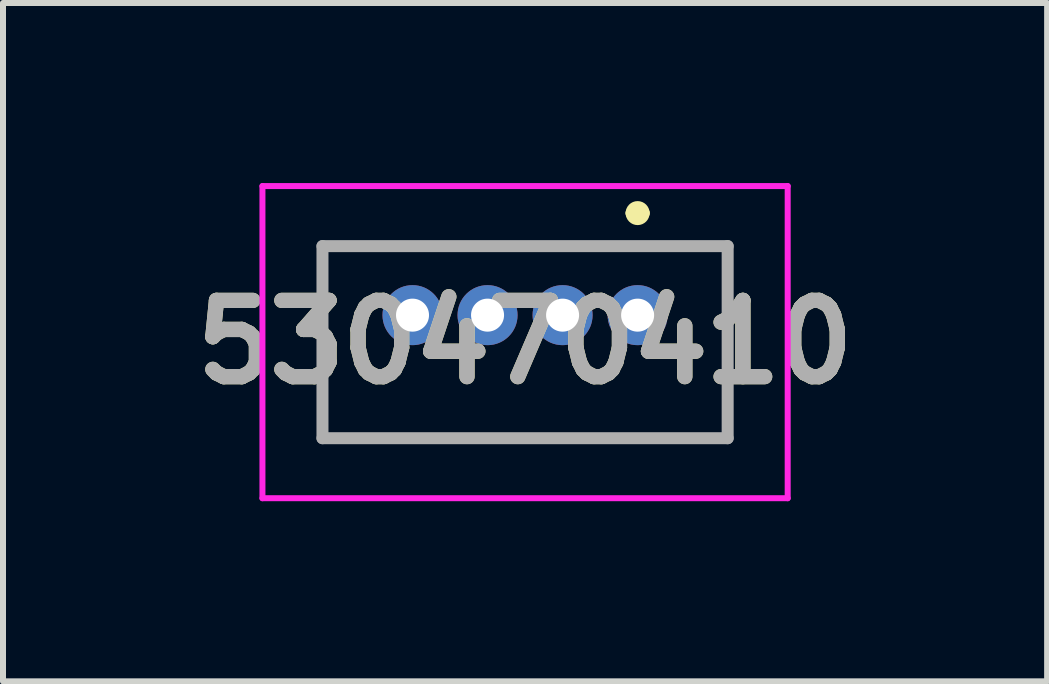
<source format=kicad_pcb>
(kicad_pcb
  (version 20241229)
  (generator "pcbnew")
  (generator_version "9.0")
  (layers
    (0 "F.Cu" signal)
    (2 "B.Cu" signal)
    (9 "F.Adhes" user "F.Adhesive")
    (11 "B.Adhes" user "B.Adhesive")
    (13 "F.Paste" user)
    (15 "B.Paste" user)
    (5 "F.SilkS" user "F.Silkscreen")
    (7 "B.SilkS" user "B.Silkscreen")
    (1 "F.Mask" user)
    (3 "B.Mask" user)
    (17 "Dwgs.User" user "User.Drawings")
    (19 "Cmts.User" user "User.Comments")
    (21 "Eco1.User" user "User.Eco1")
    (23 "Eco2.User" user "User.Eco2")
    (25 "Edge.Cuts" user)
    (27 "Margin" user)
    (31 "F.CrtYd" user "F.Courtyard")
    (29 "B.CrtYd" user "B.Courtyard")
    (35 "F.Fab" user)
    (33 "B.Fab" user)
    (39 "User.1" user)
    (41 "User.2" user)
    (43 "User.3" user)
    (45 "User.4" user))
  (footprint "530470410"
    (layer "F.Cu")
    (at 7.572 2.2)
    (property "Reference" "530470410" (at -1.875 0.45 0) (layer "F.SilkS") (effects (font (size 1.27 1.27) (thickness 0.254))))
    (attr through_hole)
    (fp_line (start -5.25 -1.15) (end -5.25 2.05) (stroke (width 0.1) (type solid)) (layer "F.SilkS"))
    (fp_line (start -5.25 2.05) (end 1.5 2.05) (stroke (width 0.1) (type solid)) (layer "F.SilkS"))
    (fp_line (start -0.1 -1.7) (end -0.1 -1.7) (stroke (width 0.2) (type solid)) (layer "F.SilkS"))
    (fp_line (start 0.1 -1.7) (end 0.1 -1.7) (stroke (width 0.2) (type solid)) (layer "F.SilkS"))
    (fp_line (start 1.5 -1.15) (end -5.25 -1.15) (stroke (width 0.1) (type solid)) (layer "F.SilkS"))
    (fp_line (start 1.5 2.05) (end 1.5 -1.15) (stroke (width 0.1) (type solid)) (layer "F.SilkS"))
    (fp_arc (start -0.1 -1.7) (mid 0 -1.8) (end 0.1 -1.7) (stroke (width 0.2) (type solid)) (layer "F.SilkS"))
    (fp_arc (start 0.1 -1.7) (mid 0 -1.6) (end -0.1 -1.7) (stroke (width 0.2) (type solid)) (layer "F.SilkS"))
    (fp_line (start -6.25 -2.15) (end -6.25 3.05) (stroke (width 0.1) (type solid)) (layer "F.CrtYd"))
    (fp_line (start -6.25 3.05) (end 2.5 3.05) (stroke (width 0.1) (type solid)) (layer "F.CrtYd"))
    (fp_line (start 2.5 -2.15) (end -6.25 -2.15) (stroke (width 0.1) (type solid)) (layer "F.CrtYd"))
    (fp_line (start 2.5 3.05) (end 2.5 -2.15) (stroke (width 0.1) (type solid)) (layer "F.CrtYd"))
    (fp_line (start -5.25 -1.15) (end -5.25 2.05) (stroke (width 0.2) (type solid)) (layer "F.Fab"))
    (fp_line (start -5.25 2.05) (end 1.5 2.05) (stroke (width 0.2) (type solid)) (layer "F.Fab"))
    (fp_line (start 1.5 -1.15) (end -5.25 -1.15) (stroke (width 0.2) (type solid)) (layer "F.Fab"))
    (fp_line (start 1.5 2.05) (end 1.5 -1.15) (stroke (width 0.2) (type solid)) (layer "F.Fab"))
    (fp_text user "${REFERENCE}" (at -1.875 0.45 0) (layer "F.Fab") (effects (font (size 1.27 1.27) (thickness 0.254))))
    (pad "1" thru_hole circle (at 0 0) (size 1 1) (drill 0.55) (layers "*.Cu" "*.Mask"))
    (pad "2" thru_hole circle (at -1.25 0) (size 1 1) (drill 0.55) (layers "*.Cu" "*.Mask"))
    (pad "3" thru_hole circle (at -2.5 0) (size 1 1) (drill 0.55) (layers "*.Cu" "*.Mask"))
    (pad "4" thru_hole circle (at -3.75 0) (size 1 1) (drill 0.55) (layers "*.Cu" "*.Mask")))
  (gr_rect
    (start -3 -3)
    (end 14.394 8.3)
    (stroke (width 0.1) (type default))
    (fill no)
    (layer "Edge.Cuts")))
</source>
